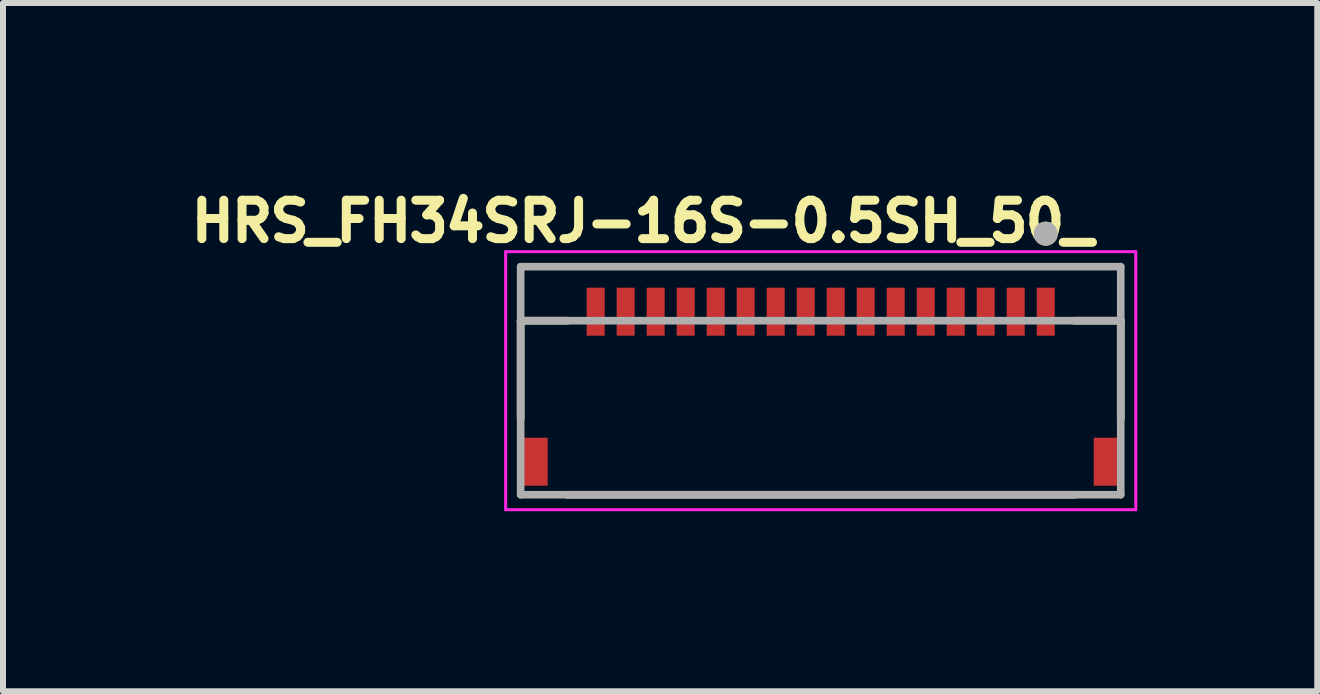
<source format=kicad_pcb>
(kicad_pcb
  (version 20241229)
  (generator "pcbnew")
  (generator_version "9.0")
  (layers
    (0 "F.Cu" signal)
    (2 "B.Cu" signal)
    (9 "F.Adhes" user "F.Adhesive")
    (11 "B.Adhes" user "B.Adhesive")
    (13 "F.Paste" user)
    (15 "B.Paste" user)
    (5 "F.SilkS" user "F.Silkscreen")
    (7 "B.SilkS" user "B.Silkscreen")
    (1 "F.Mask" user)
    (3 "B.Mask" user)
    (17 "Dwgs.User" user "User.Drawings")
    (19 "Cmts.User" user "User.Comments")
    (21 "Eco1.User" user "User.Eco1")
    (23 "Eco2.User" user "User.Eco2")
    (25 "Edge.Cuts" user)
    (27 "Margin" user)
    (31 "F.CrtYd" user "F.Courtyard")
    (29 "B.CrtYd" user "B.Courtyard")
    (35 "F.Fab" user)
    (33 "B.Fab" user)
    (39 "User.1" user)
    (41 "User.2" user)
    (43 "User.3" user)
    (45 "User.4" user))
  (footprint "HRS_FH34SRJ-16S-0.5SH_50_"
    (layer "F.Cu")
    (at 10.626 3.394)
    (property "Reference" "HRS_FH34SRJ-16S-0.5SH_50_" (at -2.968 -2.756 0) (layer "F.SilkS") (effects (font (size 0.64 0.64) (thickness 0.15))))
    (attr smd)
    (fp_line (start -5 -1.1) (end -5 0.53) (stroke (width 0.127) (type solid)) (layer "F.SilkS"))
    (fp_line (start -4.23 1.8) (end 4.23 1.8) (stroke (width 0.127) (type solid)) (layer "F.SilkS"))
    (fp_line (start -4.22 -1.1) (end -5 -1.1) (stroke (width 0.127) (type solid)) (layer "F.SilkS"))
    (fp_line (start 4.22 -1.1) (end 5 -1.1) (stroke (width 0.127) (type solid)) (layer "F.SilkS"))
    (fp_line (start 5 -1.1) (end 5 0.53) (stroke (width 0.127) (type solid)) (layer "F.SilkS"))
    (fp_circle (center 3.75 -2.55) (end 3.85 -2.55) (stroke (width 0.2) (type solid)) (fill no) (layer "F.SilkS"))
    (fp_poly (pts (xy -3.875 -1.65) (xy -3.625 -1.65) (xy -3.625 -1) (xy -3.875 -1)) (stroke (width 0.01) (type solid)) (fill yes) (layer "F.Paste"))
    (fp_poly (pts (xy -3.375 -1.65) (xy -3.125 -1.65) (xy -3.125 -1) (xy -3.375 -1)) (stroke (width 0.01) (type solid)) (fill yes) (layer "F.Paste"))
    (fp_poly (pts (xy -2.875 -1.65) (xy -2.625 -1.65) (xy -2.625 -1) (xy -2.875 -1)) (stroke (width 0.01) (type solid)) (fill yes) (layer "F.Paste"))
    (fp_poly (pts (xy -2.375 -1.65) (xy -2.125 -1.65) (xy -2.125 -1) (xy -2.375 -1)) (stroke (width 0.01) (type solid)) (fill yes) (layer "F.Paste"))
    (fp_poly (pts (xy -1.875 -1.65) (xy -1.625 -1.65) (xy -1.625 -1) (xy -1.875 -1)) (stroke (width 0.01) (type solid)) (fill yes) (layer "F.Paste"))
    (fp_poly (pts (xy -1.375 -1.65) (xy -1.125 -1.65) (xy -1.125 -1) (xy -1.375 -1)) (stroke (width 0.01) (type solid)) (fill yes) (layer "F.Paste"))
    (fp_poly (pts (xy -0.875 -1.65) (xy -0.625 -1.65) (xy -0.625 -1) (xy -0.875 -1)) (stroke (width 0.01) (type solid)) (fill yes) (layer "F.Paste"))
    (fp_poly (pts (xy -0.375 -1.65) (xy -0.125 -1.65) (xy -0.125 -1) (xy -0.375 -1)) (stroke (width 0.01) (type solid)) (fill yes) (layer "F.Paste"))
    (fp_poly (pts (xy 0.125 -1.65) (xy 0.375 -1.65) (xy 0.375 -1) (xy 0.125 -1)) (stroke (width 0.01) (type solid)) (fill yes) (layer "F.Paste"))
    (fp_poly (pts (xy 0.625 -1.65) (xy 0.875 -1.65) (xy 0.875 -1) (xy 0.625 -1)) (stroke (width 0.01) (type solid)) (fill yes) (layer "F.Paste"))
    (fp_poly (pts (xy 1.125 -1.65) (xy 1.375 -1.65) (xy 1.375 -1) (xy 1.125 -1)) (stroke (width 0.01) (type solid)) (fill yes) (layer "F.Paste"))
    (fp_poly (pts (xy 1.625 -1.65) (xy 1.875 -1.65) (xy 1.875 -1) (xy 1.625 -1)) (stroke (width 0.01) (type solid)) (fill yes) (layer "F.Paste"))
    (fp_poly (pts (xy 2.125 -1.65) (xy 2.375 -1.65) (xy 2.375 -1) (xy 2.125 -1)) (stroke (width 0.01) (type solid)) (fill yes) (layer "F.Paste"))
    (fp_poly (pts (xy 2.625 -1.65) (xy 2.875 -1.65) (xy 2.875 -1) (xy 2.625 -1)) (stroke (width 0.01) (type solid)) (fill yes) (layer "F.Paste"))
    (fp_poly (pts (xy 3.125 -1.65) (xy 3.375 -1.65) (xy 3.375 -1) (xy 3.125 -1)) (stroke (width 0.01) (type solid)) (fill yes) (layer "F.Paste"))
    (fp_poly (pts (xy 3.625 -1.65) (xy 3.875 -1.65) (xy 3.875 -1) (xy 3.625 -1)) (stroke (width 0.01) (type solid)) (fill yes) (layer "F.Paste"))
    (fp_line (start -5.25 -2.25) (end -5.25 2.05) (stroke (width 0.05) (type solid)) (layer "F.CrtYd"))
    (fp_line (start -5.25 2.05) (end 5.25 2.05) (stroke (width 0.05) (type solid)) (layer "F.CrtYd"))
    (fp_line (start 5.25 -2.25) (end -5.25 -2.25) (stroke (width 0.05) (type solid)) (layer "F.CrtYd"))
    (fp_line (start 5.25 2.05) (end 5.25 -2.25) (stroke (width 0.05) (type solid)) (layer "F.CrtYd"))
    (fp_line (start -5 -2) (end 5 -2) (stroke (width 0.127) (type solid)) (layer "F.Fab"))
    (fp_line (start -5 -1.1) (end -5 -2) (stroke (width 0.127) (type solid)) (layer "F.Fab"))
    (fp_line (start -5 -1.1) (end 5 -1.1) (stroke (width 0.127) (type solid)) (layer "F.Fab"))
    (fp_line (start -5 1.8) (end -5 -1.1) (stroke (width 0.127) (type solid)) (layer "F.Fab"))
    (fp_line (start 5 -2) (end 5 -1.1) (stroke (width 0.127) (type solid)) (layer "F.Fab"))
    (fp_line (start 5 -1.1) (end 5 1.8) (stroke (width 0.127) (type solid)) (layer "F.Fab"))
    (fp_line (start 5 1.8) (end -5 1.8) (stroke (width 0.127) (type solid)) (layer "F.Fab"))
    (fp_circle (center 3.75 -2.55) (end 3.85 -2.55) (stroke (width 0.2) (type solid)) (fill no) (layer "F.Fab"))
    (pad "1" smd rect (at 3.75 -1.25) (size 0.3 0.8) (layers "F.Cu" "F.Mask"))
    (pad "2" smd rect (at 3.25 -1.25) (size 0.3 0.8) (layers "F.Cu" "F.Mask"))
    (pad "3" smd rect (at 2.75 -1.25) (size 0.3 0.8) (layers "F.Cu" "F.Mask"))
    (pad "4" smd rect (at 2.25 -1.25) (size 0.3 0.8) (layers "F.Cu" "F.Mask"))
    (pad "5" smd rect (at 1.75 -1.25) (size 0.3 0.8) (layers "F.Cu" "F.Mask"))
    (pad "6" smd rect (at 1.25 -1.25) (size 0.3 0.8) (layers "F.Cu" "F.Mask"))
    (pad "7" smd rect (at 0.75 -1.25) (size 0.3 0.8) (layers "F.Cu" "F.Mask"))
    (pad "8" smd rect (at 0.25 -1.25) (size 0.3 0.8) (layers "F.Cu" "F.Mask"))
    (pad "9" smd rect (at -0.25 -1.25) (size 0.3 0.8) (layers "F.Cu" "F.Mask"))
    (pad "10" smd rect (at -0.75 -1.25) (size 0.3 0.8) (layers "F.Cu" "F.Mask"))
    (pad "11" smd rect (at -1.25 -1.25) (size 0.3 0.8) (layers "F.Cu" "F.Mask"))
    (pad "12" smd rect (at -1.75 -1.25) (size 0.3 0.8) (layers "F.Cu" "F.Mask"))
    (pad "13" smd rect (at -2.25 -1.25) (size 0.3 0.8) (layers "F.Cu" "F.Mask"))
    (pad "14" smd rect (at -2.75 -1.25) (size 0.3 0.8) (layers "F.Cu" "F.Mask"))
    (pad "15" smd rect (at -3.25 -1.25) (size 0.3 0.8) (layers "F.Cu" "F.Mask"))
    (pad "16" smd rect (at -3.75 -1.25) (size 0.3 0.8) (layers "F.Cu" "F.Mask"))
    (pad "S1" smd rect (at 4.75 1.25) (size 0.4 0.8) (layers "F.Cu" "F.Mask" "F.Paste"))
    (pad "S2" smd rect (at -4.75 1.25) (size 0.4 0.8) (layers "F.Cu" "F.Mask" "F.Paste")))
  (gr_rect
    (start -3 -3)
    (end 18.901 8.469)
    (stroke (width 0.1) (type default))
    (fill no)
    (layer "Edge.Cuts")))
</source>
